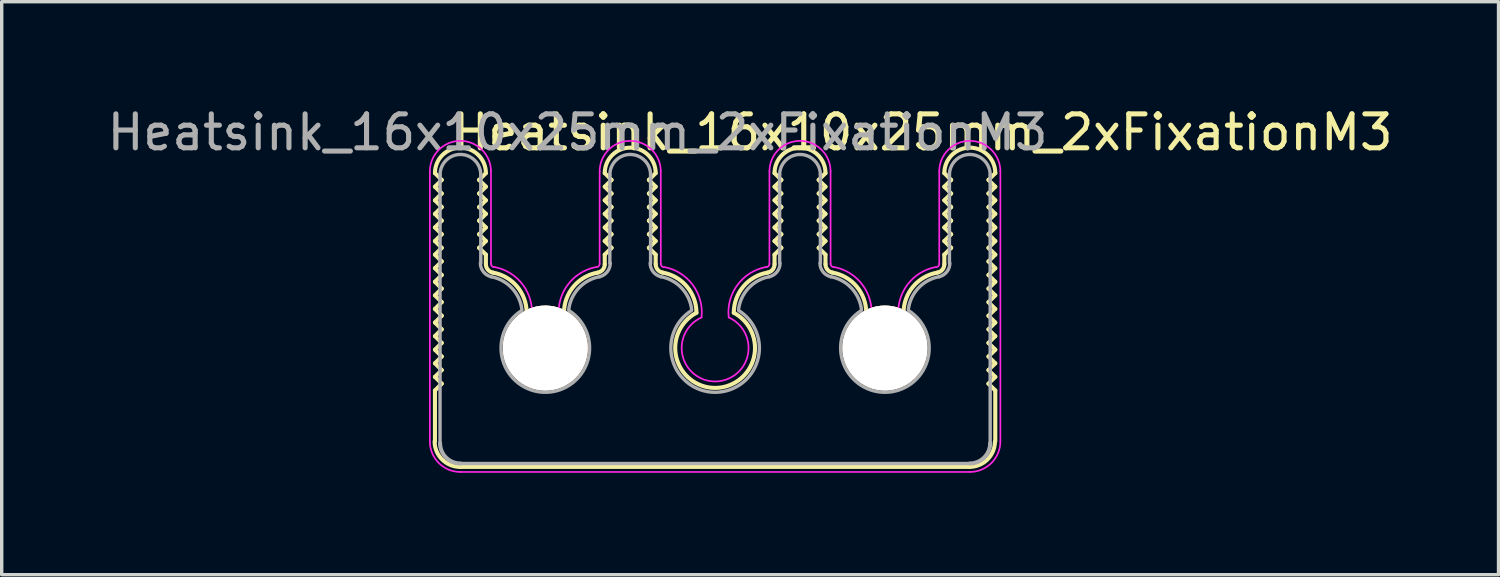
<source format=kicad_pcb>
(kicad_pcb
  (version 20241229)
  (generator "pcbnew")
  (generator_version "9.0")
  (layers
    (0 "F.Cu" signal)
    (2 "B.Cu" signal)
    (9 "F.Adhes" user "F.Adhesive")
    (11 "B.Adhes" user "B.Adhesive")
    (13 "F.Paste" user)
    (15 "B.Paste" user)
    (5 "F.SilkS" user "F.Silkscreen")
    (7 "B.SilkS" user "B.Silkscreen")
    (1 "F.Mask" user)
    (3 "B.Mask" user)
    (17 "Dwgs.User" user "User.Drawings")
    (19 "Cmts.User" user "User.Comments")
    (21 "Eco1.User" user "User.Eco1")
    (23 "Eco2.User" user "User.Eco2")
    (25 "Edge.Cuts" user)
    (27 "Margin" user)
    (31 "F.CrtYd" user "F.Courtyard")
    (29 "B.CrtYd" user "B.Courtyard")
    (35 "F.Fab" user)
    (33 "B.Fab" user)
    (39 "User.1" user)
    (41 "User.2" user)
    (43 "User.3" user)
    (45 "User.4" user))
  (footprint "Heatsink_16x10x25mm_2xFixationM3"
    (layer "F.Cu")
    (at 18.008 7.198)
    (property "Reference" "Heatsink_16x10x25mm_2xFixationM3" (at 6.11 -6.35 0) (layer "F.SilkS") (effects (font (size 1 1) (thickness 0.15))))
    (attr through_hole)
    (fp_line (start -8.25 -5.15) (end -8.05 -4.95) (stroke (width 0.12) (type solid)) (layer "F.SilkS"))
    (fp_line (start -8.25 -4.75) (end -8.05 -4.55) (stroke (width 0.12) (type solid)) (layer "F.SilkS"))
    (fp_line (start -8.25 -4.35) (end -8.05 -4.15) (stroke (width 0.12) (type solid)) (layer "F.SilkS"))
    (fp_line (start -8.25 -3.95) (end -8.05 -3.75) (stroke (width 0.12) (type solid)) (layer "F.SilkS"))
    (fp_line (start -8.25 -3.55) (end -8.05 -3.35) (stroke (width 0.12) (type solid)) (layer "F.SilkS"))
    (fp_line (start -8.25 -3.15) (end -8.05 -2.95) (stroke (width 0.12) (type solid)) (layer "F.SilkS"))
    (fp_line (start -8.25 -2.75) (end -8.05 -2.55) (stroke (width 0.12) (type solid)) (layer "F.SilkS"))
    (fp_line (start -8.25 -2.35) (end -8.05 -2.15) (stroke (width 0.12) (type solid)) (layer "F.SilkS"))
    (fp_line (start -8.25 -1.95) (end -8.05 -1.75) (stroke (width 0.12) (type solid)) (layer "F.SilkS"))
    (fp_line (start -8.25 -1.55) (end -8.05 -1.35) (stroke (width 0.12) (type solid)) (layer "F.SilkS"))
    (fp_line (start -8.25 -1.15) (end -8.05 -0.95) (stroke (width 0.12) (type solid)) (layer "F.SilkS"))
    (fp_line (start -8.25 -0.75) (end -8.05 -0.55) (stroke (width 0.12) (type solid)) (layer "F.SilkS"))
    (fp_line (start -8.25 -0.35) (end -8.05 -0.15) (stroke (width 0.12) (type solid)) (layer "F.SilkS"))
    (fp_line (start -8.25 0.05) (end -8.05 0.25) (stroke (width 0.12) (type solid)) (layer "F.SilkS"))
    (fp_line (start -8.25 0.45) (end -8.05 0.65) (stroke (width 0.12) (type solid)) (layer "F.SilkS"))
    (fp_line (start -8.25 0.85) (end -8.05 1.05) (stroke (width 0.12) (type solid)) (layer "F.SilkS"))
    (fp_line (start -8.25 1.25) (end -8.25 2.75) (stroke (width 0.12) (type solid)) (layer "F.SilkS"))
    (fp_line (start -8.05 -4.95) (end -8.25 -4.75) (stroke (width 0.12) (type solid)) (layer "F.SilkS"))
    (fp_line (start -8.05 -4.55) (end -8.25 -4.35) (stroke (width 0.12) (type solid)) (layer "F.SilkS"))
    (fp_line (start -8.05 -4.15) (end -8.25 -3.95) (stroke (width 0.12) (type solid)) (layer "F.SilkS"))
    (fp_line (start -8.05 -3.75) (end -8.25 -3.55) (stroke (width 0.12) (type solid)) (layer "F.SilkS"))
    (fp_line (start -8.05 -3.35) (end -8.25 -3.15) (stroke (width 0.12) (type solid)) (layer "F.SilkS"))
    (fp_line (start -8.05 -2.95) (end -8.25 -2.75) (stroke (width 0.12) (type solid)) (layer "F.SilkS"))
    (fp_line (start -8.05 -2.55) (end -8.25 -2.35) (stroke (width 0.12) (type solid)) (layer "F.SilkS"))
    (fp_line (start -8.05 -2.15) (end -8.25 -1.95) (stroke (width 0.12) (type solid)) (layer "F.SilkS"))
    (fp_line (start -8.05 -1.75) (end -8.25 -1.55) (stroke (width 0.12) (type solid)) (layer "F.SilkS"))
    (fp_line (start -8.05 -1.35) (end -8.25 -1.15) (stroke (width 0.12) (type solid)) (layer "F.SilkS"))
    (fp_line (start -8.05 -0.95) (end -8.25 -0.75) (stroke (width 0.12) (type solid)) (layer "F.SilkS"))
    (fp_line (start -8.05 -0.55) (end -8.25 -0.35) (stroke (width 0.12) (type solid)) (layer "F.SilkS"))
    (fp_line (start -8.05 -0.15) (end -8.25 0.05) (stroke (width 0.12) (type solid)) (layer "F.SilkS"))
    (fp_line (start -8.05 0.25) (end -8.25 0.45) (stroke (width 0.12) (type solid)) (layer "F.SilkS"))
    (fp_line (start -8.05 0.65) (end -8.25 0.85) (stroke (width 0.12) (type solid)) (layer "F.SilkS"))
    (fp_line (start -8.05 1.05) (end -8.25 1.25) (stroke (width 0.12) (type solid)) (layer "F.SilkS"))
    (fp_line (start -7.51 3.5) (end 7.49 3.5) (stroke (width 0.12) (type solid)) (layer "F.SilkS"))
    (fp_line (start -6.95 -4.95) (end -6.75 -5.15) (stroke (width 0.12) (type solid)) (layer "F.SilkS"))
    (fp_line (start -6.95 -4.55) (end -6.75 -4.75) (stroke (width 0.12) (type solid)) (layer "F.SilkS"))
    (fp_line (start -6.95 -4.15) (end -6.75 -4.35) (stroke (width 0.12) (type solid)) (layer "F.SilkS"))
    (fp_line (start -6.95 -3.75) (end -6.75 -3.95) (stroke (width 0.12) (type solid)) (layer "F.SilkS"))
    (fp_line (start -6.95 -3.35) (end -6.75 -3.55) (stroke (width 0.12) (type solid)) (layer "F.SilkS"))
    (fp_line (start -6.95 -2.95) (end -6.75 -3.15) (stroke (width 0.12) (type solid)) (layer "F.SilkS"))
    (fp_line (start -6.75 -4.75) (end -6.95 -4.95) (stroke (width 0.12) (type solid)) (layer "F.SilkS"))
    (fp_line (start -6.75 -4.35) (end -6.95 -4.55) (stroke (width 0.12) (type solid)) (layer "F.SilkS"))
    (fp_line (start -6.75 -3.95) (end -6.95 -4.15) (stroke (width 0.12) (type solid)) (layer "F.SilkS"))
    (fp_line (start -6.75 -3.55) (end -6.95 -3.75) (stroke (width 0.12) (type solid)) (layer "F.SilkS"))
    (fp_line (start -6.75 -3.15) (end -6.95 -3.35) (stroke (width 0.12) (type solid)) (layer "F.SilkS"))
    (fp_line (start -6.75 -2.75) (end -6.95 -2.95) (stroke (width 0.12) (type solid)) (layer "F.SilkS"))
    (fp_line (start -6.75 -2.467) (end -6.75 -2.75) (stroke (width 0.12) (type solid)) (layer "F.SilkS"))
    (fp_line (start -3.25 -5.15) (end -3.05 -4.95) (stroke (width 0.12) (type solid)) (layer "F.SilkS"))
    (fp_line (start -3.25 -4.75) (end -3.05 -4.55) (stroke (width 0.12) (type solid)) (layer "F.SilkS"))
    (fp_line (start -3.25 -4.35) (end -3.05 -4.15) (stroke (width 0.12) (type solid)) (layer "F.SilkS"))
    (fp_line (start -3.25 -3.95) (end -3.05 -3.75) (stroke (width 0.12) (type solid)) (layer "F.SilkS"))
    (fp_line (start -3.25 -3.55) (end -3.05 -3.35) (stroke (width 0.12) (type solid)) (layer "F.SilkS"))
    (fp_line (start -3.25 -3.15) (end -3.05 -2.95) (stroke (width 0.12) (type solid)) (layer "F.SilkS"))
    (fp_line (start -3.25 -2.75) (end -3.25 -2.467) (stroke (width 0.12) (type solid)) (layer "F.SilkS"))
    (fp_line (start -3.05 -4.95) (end -3.25 -4.75) (stroke (width 0.12) (type solid)) (layer "F.SilkS"))
    (fp_line (start -3.05 -4.55) (end -3.25 -4.35) (stroke (width 0.12) (type solid)) (layer "F.SilkS"))
    (fp_line (start -3.05 -4.15) (end -3.25 -3.95) (stroke (width 0.12) (type solid)) (layer "F.SilkS"))
    (fp_line (start -3.05 -3.75) (end -3.25 -3.55) (stroke (width 0.12) (type solid)) (layer "F.SilkS"))
    (fp_line (start -3.05 -3.35) (end -3.25 -3.15) (stroke (width 0.12) (type solid)) (layer "F.SilkS"))
    (fp_line (start -3.05 -2.95) (end -3.25 -2.75) (stroke (width 0.12) (type solid)) (layer "F.SilkS"))
    (fp_line (start -1.95 -4.95) (end -1.75 -5.15) (stroke (width 0.12) (type solid)) (layer "F.SilkS"))
    (fp_line (start -1.95 -4.55) (end -1.75 -4.75) (stroke (width 0.12) (type solid)) (layer "F.SilkS"))
    (fp_line (start -1.95 -4.15) (end -1.75 -4.35) (stroke (width 0.12) (type solid)) (layer "F.SilkS"))
    (fp_line (start -1.95 -3.75) (end -1.75 -3.95) (stroke (width 0.12) (type solid)) (layer "F.SilkS"))
    (fp_line (start -1.95 -3.35) (end -1.75 -3.55) (stroke (width 0.12) (type solid)) (layer "F.SilkS"))
    (fp_line (start -1.95 -2.95) (end -1.75 -3.15) (stroke (width 0.12) (type solid)) (layer "F.SilkS"))
    (fp_line (start -1.75 -4.75) (end -1.95 -4.95) (stroke (width 0.12) (type solid)) (layer "F.SilkS"))
    (fp_line (start -1.75 -4.35) (end -1.95 -4.55) (stroke (width 0.12) (type solid)) (layer "F.SilkS"))
    (fp_line (start -1.75 -3.95) (end -1.95 -4.15) (stroke (width 0.12) (type solid)) (layer "F.SilkS"))
    (fp_line (start -1.75 -3.55) (end -1.95 -3.75) (stroke (width 0.12) (type solid)) (layer "F.SilkS"))
    (fp_line (start -1.75 -3.15) (end -1.95 -3.35) (stroke (width 0.12) (type solid)) (layer "F.SilkS"))
    (fp_line (start -1.75 -2.75) (end -1.95 -2.95) (stroke (width 0.12) (type solid)) (layer "F.SilkS"))
    (fp_line (start -1.75 -2.467) (end -1.75 -2.75) (stroke (width 0.12) (type solid)) (layer "F.SilkS"))
    (fp_line (start 1.75 -5.15) (end 1.95 -4.95) (stroke (width 0.12) (type solid)) (layer "F.SilkS"))
    (fp_line (start 1.75 -4.75) (end 1.95 -4.55) (stroke (width 0.12) (type solid)) (layer "F.SilkS"))
    (fp_line (start 1.75 -4.35) (end 1.95 -4.15) (stroke (width 0.12) (type solid)) (layer "F.SilkS"))
    (fp_line (start 1.75 -3.95) (end 1.95 -3.75) (stroke (width 0.12) (type solid)) (layer "F.SilkS"))
    (fp_line (start 1.75 -3.55) (end 1.95 -3.35) (stroke (width 0.12) (type solid)) (layer "F.SilkS"))
    (fp_line (start 1.75 -3.15) (end 1.95 -2.95) (stroke (width 0.12) (type solid)) (layer "F.SilkS"))
    (fp_line (start 1.75 -2.75) (end 1.75 -2.467) (stroke (width 0.12) (type solid)) (layer "F.SilkS"))
    (fp_line (start 1.95 -4.95) (end 1.75 -4.75) (stroke (width 0.12) (type solid)) (layer "F.SilkS"))
    (fp_line (start 1.95 -4.55) (end 1.75 -4.35) (stroke (width 0.12) (type solid)) (layer "F.SilkS"))
    (fp_line (start 1.95 -4.15) (end 1.75 -3.95) (stroke (width 0.12) (type solid)) (layer "F.SilkS"))
    (fp_line (start 1.95 -3.75) (end 1.75 -3.55) (stroke (width 0.12) (type solid)) (layer "F.SilkS"))
    (fp_line (start 1.95 -3.35) (end 1.75 -3.15) (stroke (width 0.12) (type solid)) (layer "F.SilkS"))
    (fp_line (start 1.95 -2.95) (end 1.75 -2.75) (stroke (width 0.12) (type solid)) (layer "F.SilkS"))
    (fp_line (start 3.05 -4.95) (end 3.25 -5.15) (stroke (width 0.12) (type solid)) (layer "F.SilkS"))
    (fp_line (start 3.05 -4.55) (end 3.25 -4.75) (stroke (width 0.12) (type solid)) (layer "F.SilkS"))
    (fp_line (start 3.05 -4.15) (end 3.25 -4.35) (stroke (width 0.12) (type solid)) (layer "F.SilkS"))
    (fp_line (start 3.05 -3.75) (end 3.25 -3.95) (stroke (width 0.12) (type solid)) (layer "F.SilkS"))
    (fp_line (start 3.05 -3.35) (end 3.25 -3.55) (stroke (width 0.12) (type solid)) (layer "F.SilkS"))
    (fp_line (start 3.05 -2.95) (end 3.25 -3.15) (stroke (width 0.12) (type solid)) (layer "F.SilkS"))
    (fp_line (start 3.25 -4.75) (end 3.05 -4.95) (stroke (width 0.12) (type solid)) (layer "F.SilkS"))
    (fp_line (start 3.25 -4.35) (end 3.05 -4.55) (stroke (width 0.12) (type solid)) (layer "F.SilkS"))
    (fp_line (start 3.25 -3.95) (end 3.05 -4.15) (stroke (width 0.12) (type solid)) (layer "F.SilkS"))
    (fp_line (start 3.25 -3.55) (end 3.05 -3.75) (stroke (width 0.12) (type solid)) (layer "F.SilkS"))
    (fp_line (start 3.25 -3.15) (end 3.05 -3.35) (stroke (width 0.12) (type solid)) (layer "F.SilkS"))
    (fp_line (start 3.25 -2.75) (end 3.05 -2.95) (stroke (width 0.12) (type solid)) (layer "F.SilkS"))
    (fp_line (start 3.25 -2.467) (end 3.25 -2.75) (stroke (width 0.12) (type solid)) (layer "F.SilkS"))
    (fp_line (start 6.75 -5.15) (end 6.95 -4.95) (stroke (width 0.12) (type solid)) (layer "F.SilkS"))
    (fp_line (start 6.75 -4.75) (end 6.95 -4.55) (stroke (width 0.12) (type solid)) (layer "F.SilkS"))
    (fp_line (start 6.75 -4.35) (end 6.95 -4.15) (stroke (width 0.12) (type solid)) (layer "F.SilkS"))
    (fp_line (start 6.75 -3.95) (end 6.95 -3.75) (stroke (width 0.12) (type solid)) (layer "F.SilkS"))
    (fp_line (start 6.75 -3.55) (end 6.95 -3.35) (stroke (width 0.12) (type solid)) (layer "F.SilkS"))
    (fp_line (start 6.75 -3.15) (end 6.95 -2.95) (stroke (width 0.12) (type solid)) (layer "F.SilkS"))
    (fp_line (start 6.75 -2.75) (end 6.75 -2.467) (stroke (width 0.12) (type solid)) (layer "F.SilkS"))
    (fp_line (start 6.95 -4.95) (end 6.75 -4.75) (stroke (width 0.12) (type solid)) (layer "F.SilkS"))
    (fp_line (start 6.95 -4.55) (end 6.75 -4.35) (stroke (width 0.12) (type solid)) (layer "F.SilkS"))
    (fp_line (start 6.95 -4.15) (end 6.75 -3.95) (stroke (width 0.12) (type solid)) (layer "F.SilkS"))
    (fp_line (start 6.95 -3.75) (end 6.75 -3.55) (stroke (width 0.12) (type solid)) (layer "F.SilkS"))
    (fp_line (start 6.95 -3.35) (end 6.75 -3.15) (stroke (width 0.12) (type solid)) (layer "F.SilkS"))
    (fp_line (start 6.95 -2.95) (end 6.75 -2.75) (stroke (width 0.12) (type solid)) (layer "F.SilkS"))
    (fp_line (start 8.05 -4.95) (end 8.25 -5.15) (stroke (width 0.12) (type solid)) (layer "F.SilkS"))
    (fp_line (start 8.05 -4.55) (end 8.25 -4.75) (stroke (width 0.12) (type solid)) (layer "F.SilkS"))
    (fp_line (start 8.05 -4.15) (end 8.25 -4.35) (stroke (width 0.12) (type solid)) (layer "F.SilkS"))
    (fp_line (start 8.05 -3.75) (end 8.25 -3.95) (stroke (width 0.12) (type solid)) (layer "F.SilkS"))
    (fp_line (start 8.05 -3.35) (end 8.25 -3.55) (stroke (width 0.12) (type solid)) (layer "F.SilkS"))
    (fp_line (start 8.05 -2.95) (end 8.25 -3.15) (stroke (width 0.12) (type solid)) (layer "F.SilkS"))
    (fp_line (start 8.05 -2.55) (end 8.25 -2.75) (stroke (width 0.12) (type solid)) (layer "F.SilkS"))
    (fp_line (start 8.05 -2.15) (end 8.25 -2.35) (stroke (width 0.12) (type solid)) (layer "F.SilkS"))
    (fp_line (start 8.05 -1.75) (end 8.25 -1.95) (stroke (width 0.12) (type solid)) (layer "F.SilkS"))
    (fp_line (start 8.05 -1.35) (end 8.25 -1.55) (stroke (width 0.12) (type solid)) (layer "F.SilkS"))
    (fp_line (start 8.05 -0.95) (end 8.25 -1.15) (stroke (width 0.12) (type solid)) (layer "F.SilkS"))
    (fp_line (start 8.05 -0.55) (end 8.25 -0.75) (stroke (width 0.12) (type solid)) (layer "F.SilkS"))
    (fp_line (start 8.05 -0.15) (end 8.25 -0.35) (stroke (width 0.12) (type solid)) (layer "F.SilkS"))
    (fp_line (start 8.05 0.25) (end 8.25 0.05) (stroke (width 0.12) (type solid)) (layer "F.SilkS"))
    (fp_line (start 8.05 0.65) (end 8.25 0.45) (stroke (width 0.12) (type solid)) (layer "F.SilkS"))
    (fp_line (start 8.05 1.05) (end 8.25 0.85) (stroke (width 0.12) (type solid)) (layer "F.SilkS"))
    (fp_line (start 8.25 -4.75) (end 8.05 -4.95) (stroke (width 0.12) (type solid)) (layer "F.SilkS"))
    (fp_line (start 8.25 -4.35) (end 8.05 -4.55) (stroke (width 0.12) (type solid)) (layer "F.SilkS"))
    (fp_line (start 8.25 -3.95) (end 8.05 -4.15) (stroke (width 0.12) (type solid)) (layer "F.SilkS"))
    (fp_line (start 8.25 -3.55) (end 8.05 -3.75) (stroke (width 0.12) (type solid)) (layer "F.SilkS"))
    (fp_line (start 8.25 -3.15) (end 8.05 -3.35) (stroke (width 0.12) (type solid)) (layer "F.SilkS"))
    (fp_line (start 8.25 -2.75) (end 8.05 -2.95) (stroke (width 0.12) (type solid)) (layer "F.SilkS"))
    (fp_line (start 8.25 -2.35) (end 8.05 -2.55) (stroke (width 0.12) (type solid)) (layer "F.SilkS"))
    (fp_line (start 8.25 -1.95) (end 8.05 -2.15) (stroke (width 0.12) (type solid)) (layer "F.SilkS"))
    (fp_line (start 8.25 -1.55) (end 8.05 -1.75) (stroke (width 0.12) (type solid)) (layer "F.SilkS"))
    (fp_line (start 8.25 -1.15) (end 8.05 -1.35) (stroke (width 0.12) (type solid)) (layer "F.SilkS"))
    (fp_line (start 8.25 -0.75) (end 8.05 -0.95) (stroke (width 0.12) (type solid)) (layer "F.SilkS"))
    (fp_line (start 8.25 -0.35) (end 8.05 -0.55) (stroke (width 0.12) (type solid)) (layer "F.SilkS"))
    (fp_line (start 8.25 0.05) (end 8.05 -0.15) (stroke (width 0.12) (type solid)) (layer "F.SilkS"))
    (fp_line (start 8.25 0.45) (end 8.05 0.25) (stroke (width 0.12) (type solid)) (layer "F.SilkS"))
    (fp_line (start 8.25 0.85) (end 8.05 0.65) (stroke (width 0.12) (type solid)) (layer "F.SilkS"))
    (fp_line (start 8.25 1.25) (end 8.05 1.05) (stroke (width 0.12) (type solid)) (layer "F.SilkS"))
    (fp_line (start 8.25 2.75) (end 8.25 1.25) (stroke (width 0.12) (type solid)) (layer "F.SilkS"))
    (fp_arc (start -8.25 -5.15) (mid -7.5 -5.9) (end -6.75 -5.15) (stroke (width 0.12) (type solid)) (layer "F.SilkS"))
    (fp_arc (start -7.51 3.5) (mid -8.04033 3.28033) (end -8.26 2.75) (stroke (width 0.12) (type solid)) (layer "F.SilkS"))
    (fp_arc (start -6.543104 -2.220357) (mid -5.831231 -1.810248) (end -5.550001 -1.038327) (stroke (width 0.12) (type solid)) (layer "F.SilkS"))
    (fp_arc (start -6.543103 -2.220357) (mid -6.69141 -2.305796) (end -6.75 -2.466613) (stroke (width 0.12) (type solid)) (layer "F.SilkS"))
    (fp_arc (start -4.450001 -1.038328) (mid -4.999999 1.175001) (end -5.550001 -1.038327) (stroke (width 0.12) (type solid)) (layer "F.SilkS"))
    (fp_arc (start -4.450001 -1.038327) (mid -4.168771 -1.810249) (end -3.456897 -2.220357) (stroke (width 0.12) (type solid)) (layer "F.SilkS"))
    (fp_arc (start -3.25 -5.15) (mid -2.5 -5.9) (end -1.75 -5.15) (stroke (width 0.12) (type solid)) (layer "F.SilkS"))
    (fp_arc (start -3.25 -2.466613) (mid -3.30859 -2.305796) (end -3.456897 -2.220357) (stroke (width 0.12) (type solid)) (layer "F.SilkS"))
    (fp_arc (start -1.543104 -2.220356) (mid -0.831231 -1.810248) (end -0.550001 -1.038327) (stroke (width 0.12) (type solid)) (layer "F.SilkS"))
    (fp_arc (start -1.543103 -2.220357) (mid -1.69141 -2.305796) (end -1.75 -2.466613) (stroke (width 0.12) (type solid)) (layer "F.SilkS"))
    (fp_arc (start 0.549998 -1.038327) (mid -0.000001 1.174999) (end -0.550001 -1.038327) (stroke (width 0.12) (type solid)) (layer "F.SilkS"))
    (fp_arc (start 0.549999 -1.038327) (mid 0.831229 -1.810249) (end 1.543103 -2.220357) (stroke (width 0.12) (type solid)) (layer "F.SilkS"))
    (fp_arc (start 1.75 -5.15) (mid 2.5 -5.9) (end 3.25 -5.15) (stroke (width 0.12) (type solid)) (layer "F.SilkS"))
    (fp_arc (start 1.75 -2.466613) (mid 1.69141 -2.305796) (end 1.543103 -2.220357) (stroke (width 0.12) (type solid)) (layer "F.SilkS"))
    (fp_arc (start 3.456896 -2.220358) (mid 3.30859 -2.305797) (end 3.25 -2.466613) (stroke (width 0.12) (type solid)) (layer "F.SilkS"))
    (fp_arc (start 3.456896 -2.220358) (mid 4.16877 -1.810249) (end 4.45 -1.038327) (stroke (width 0.12) (type solid)) (layer "F.SilkS"))
    (fp_arc (start 5.549999 -1.038327) (mid 5 1.174999) (end 4.45 -1.038327) (stroke (width 0.12) (type solid)) (layer "F.SilkS"))
    (fp_arc (start 5.549999 -1.038327) (mid 5.831229 -1.810249) (end 6.543103 -2.220357) (stroke (width 0.12) (type solid)) (layer "F.SilkS"))
    (fp_arc (start 6.75 -5.149999) (mid 7.5 -5.899999) (end 8.25 -5.149999) (stroke (width 0.12) (type solid)) (layer "F.SilkS"))
    (fp_arc (start 6.75 -2.466613) (mid 6.69141 -2.305796) (end 6.543103 -2.220357) (stroke (width 0.12) (type solid)) (layer "F.SilkS"))
    (fp_arc (start 8.24 2.75) (mid 8.02033 3.28033) (end 7.49 3.5) (stroke (width 0.12) (type solid)) (layer "F.SilkS"))
    (fp_line (start -8.4 2.75) (end -8.4 -5.2) (stroke (width 0.05) (type solid)) (layer "F.CrtYd"))
    (fp_line (start -6.6 -5.2) (end -6.6 -2.48) (stroke (width 0.05) (type solid)) (layer "F.CrtYd"))
    (fp_line (start -3.4 -5.2) (end -3.4 -2.48) (stroke (width 0.05) (type solid)) (layer "F.CrtYd"))
    (fp_line (start -1.6 -5.2) (end -1.6 -2.48) (stroke (width 0.05) (type solid)) (layer "F.CrtYd"))
    (fp_line (start 1.6 -5.2) (end 1.6 -2.48) (stroke (width 0.05) (type solid)) (layer "F.CrtYd"))
    (fp_line (start 3.4 -5.2) (end 3.4 -2.48) (stroke (width 0.05) (type solid)) (layer "F.CrtYd"))
    (fp_line (start 6.6 -5.2) (end 6.6 -2.48) (stroke (width 0.05) (type solid)) (layer "F.CrtYd"))
    (fp_line (start 7.5 3.65) (end -7.5 3.65) (stroke (width 0.05) (type solid)) (layer "F.CrtYd"))
    (fp_line (start 8.4 -5.2) (end 8.4 2.75) (stroke (width 0.05) (type solid)) (layer "F.CrtYd"))
    (fp_arc (start -8.4 -5.2) (mid -7.5 -6.1) (end -6.6 -5.2) (stroke (width 0.05) (type solid)) (layer "F.CrtYd"))
    (fp_arc (start -7.5 3.65) (mid -8.136396 3.386396) (end -8.4 2.75) (stroke (width 0.05) (type solid)) (layer "F.CrtYd"))
    (fp_arc (start -6.509951 -2.38049) (mid -6.57415 -2.412895) (end -6.600006 -2.48) (stroke (width 0.05) (type solid)) (layer "F.CrtYd"))
    (fp_arc (start -6.502666 -2.385599) (mid -5.659303 -1.859555) (end -5.4 -0.9) (stroke (width 0.05) (type solid)) (layer "F.CrtYd"))
    (fp_arc (start -4.6 -0.9) (mid -5 0.984886) (end -5.399999 -0.9) (stroke (width 0.05) (type solid)) (layer "F.CrtYd"))
    (fp_arc (start -4.6 -0.9) (mid -4.340697 -1.859555) (end -3.497334 -2.385599) (stroke (width 0.05) (type solid)) (layer "F.CrtYd"))
    (fp_arc (start -3.4 -5.2) (mid -2.5 -6.1) (end -1.6 -5.2) (stroke (width 0.05) (type solid)) (layer "F.CrtYd"))
    (fp_arc (start -3.399994 -2.48) (mid -3.42585 -2.412895) (end -3.490049 -2.38049) (stroke (width 0.05) (type solid)) (layer "F.CrtYd"))
    (fp_arc (start -1.509951 -2.38049) (mid -1.57415 -2.412895) (end -1.600006 -2.48) (stroke (width 0.05) (type solid)) (layer "F.CrtYd"))
    (fp_arc (start -1.502666 -2.385599) (mid -0.659303 -1.859555) (end -0.4 -0.9) (stroke (width 0.05) (type solid)) (layer "F.CrtYd"))
    (fp_arc (start 0.4 -0.9) (mid 0 0.984886) (end -0.399999 -0.9) (stroke (width 0.05) (type solid)) (layer "F.CrtYd"))
    (fp_arc (start 0.4 -0.9) (mid 0.659303 -1.859555) (end 1.502666 -2.385599) (stroke (width 0.05) (type solid)) (layer "F.CrtYd"))
    (fp_arc (start 1.6 -5.2) (mid 2.5 -6.1) (end 3.4 -5.2) (stroke (width 0.05) (type solid)) (layer "F.CrtYd"))
    (fp_arc (start 1.600006 -2.48) (mid 1.57415 -2.412895) (end 1.509951 -2.38049) (stroke (width 0.05) (type solid)) (layer "F.CrtYd"))
    (fp_arc (start 3.490049 -2.38049) (mid 3.42585 -2.412895) (end 3.399994 -2.48) (stroke (width 0.05) (type solid)) (layer "F.CrtYd"))
    (fp_arc (start 3.497334 -2.385599) (mid 4.340697 -1.859555) (end 4.6 -0.9) (stroke (width 0.05) (type solid)) (layer "F.CrtYd"))
    (fp_arc (start 5.4 -0.9) (mid 5 0.984886) (end 4.600001 -0.9) (stroke (width 0.05) (type solid)) (layer "F.CrtYd"))
    (fp_arc (start 5.4 -0.9) (mid 5.659303 -1.859555) (end 6.502666 -2.385599) (stroke (width 0.05) (type solid)) (layer "F.CrtYd"))
    (fp_arc (start 6.6 -5.2) (mid 7.5 -6.1) (end 8.4 -5.2) (stroke (width 0.05) (type solid)) (layer "F.CrtYd"))
    (fp_arc (start 6.600006 -2.48) (mid 6.57415 -2.412895) (end 6.509951 -2.38049) (stroke (width 0.05) (type solid)) (layer "F.CrtYd"))
    (fp_arc (start 8.4 2.75) (mid 8.136396 3.386396) (end 7.5 3.65) (stroke (width 0.05) (type solid)) (layer "F.CrtYd"))
    (fp_line (start -8.1 2.8) (end -8.1 -5.1) (stroke (width 0.1) (type solid)) (layer "F.Fab"))
    (fp_line (start -6.9 -5.1) (end -6.9 -2.5) (stroke (width 0.1) (type solid)) (layer "F.Fab"))
    (fp_line (start -3.1 -5.1) (end -3.1 -2.5) (stroke (width 0.1) (type solid)) (layer "F.Fab"))
    (fp_line (start -1.9 -5.1) (end -1.9 -2.5) (stroke (width 0.1) (type solid)) (layer "F.Fab"))
    (fp_line (start 1.9 -5.1) (end 1.9 -2.5) (stroke (width 0.1) (type solid)) (layer "F.Fab"))
    (fp_line (start 3.1 -5.1) (end 3.1 -2.5) (stroke (width 0.1) (type solid)) (layer "F.Fab"))
    (fp_line (start 6.9 -5.1) (end 6.9 -2.5) (stroke (width 0.1) (type solid)) (layer "F.Fab"))
    (fp_line (start 7.5 3.4) (end -7.5 3.4) (stroke (width 0.1) (type solid)) (layer "F.Fab"))
    (fp_line (start 8.1 2.8) (end 8.1 -5.1) (stroke (width 0.1) (type solid)) (layer "F.Fab"))
    (fp_arc (start -8.099999 -5.1) (mid -7.499999 -5.7) (end -6.899999 -5.1) (stroke (width 0.1) (type solid)) (layer "F.Fab"))
    (fp_arc (start -7.5 3.4) (mid -7.924264 3.224264) (end -8.1 2.8) (stroke (width 0.12) (type solid)) (layer "F.Fab"))
    (fp_arc (start -6.599999 -2.1) (mid -6.824984 -2.246259) (end -6.91231 -2.5) (stroke (width 0.1) (type solid)) (layer "F.Fab"))
    (fp_arc (start -6.599999 -2.1) (mid -5.982256 -1.762428) (end -5.688706 -1.122593) (stroke (width 0.1) (type solid)) (layer "F.Fab"))
    (fp_arc (start -4.311292 -1.122593) (mid -4.017742 -1.762429) (end -3.399999 -2.1) (stroke (width 0.1) (type solid)) (layer "F.Fab"))
    (fp_arc (start -4.300813 -1.100516) (mid -4.999517 1.303839) (end -5.699998 -1.099999) (stroke (width 0.1) (type solid)) (layer "F.Fab"))
    (fp_arc (start -3.1 -5.1) (mid -2.5 -5.7) (end -1.9 -5.1) (stroke (width 0.1) (type solid)) (layer "F.Fab"))
    (fp_arc (start -3.087688 -2.5) (mid -3.175013 -2.246259) (end -3.399999 -2.1) (stroke (width 0.1) (type solid)) (layer "F.Fab"))
    (fp_arc (start -1.6 -2.1) (mid -1.824985 -2.246259) (end -1.912311 -2.5) (stroke (width 0.1) (type solid)) (layer "F.Fab"))
    (fp_arc (start -1.6 -2.1) (mid -0.982257 -1.762428) (end -0.688707 -1.122593) (stroke (width 0.1) (type solid)) (layer "F.Fab"))
    (fp_arc (start 0.688707 -1.122593) (mid 0.982257 -1.762429) (end 1.6 -2.1) (stroke (width 0.1) (type solid)) (layer "F.Fab"))
    (fp_arc (start 0.699186 -1.100516) (mid 0.000482 1.303839) (end -0.699999 -1.099999) (stroke (width 0.1) (type solid)) (layer "F.Fab"))
    (fp_arc (start 1.9 -5.1) (mid 2.5 -5.7) (end 3.1 -5.1) (stroke (width 0.1) (type solid)) (layer "F.Fab"))
    (fp_arc (start 1.912311 -2.5) (mid 1.824986 -2.246259) (end 1.6 -2.1) (stroke (width 0.1) (type solid)) (layer "F.Fab"))
    (fp_arc (start 3.4 -2.1) (mid 3.175015 -2.246259) (end 3.087689 -2.5) (stroke (width 0.1) (type solid)) (layer "F.Fab"))
    (fp_arc (start 3.4 -2.1) (mid 4.017743 -1.762428) (end 4.311293 -1.122593) (stroke (width 0.1) (type solid)) (layer "F.Fab"))
    (fp_arc (start 5.688707 -1.122593) (mid 5.982257 -1.762429) (end 6.6 -2.1) (stroke (width 0.1) (type solid)) (layer "F.Fab"))
    (fp_arc (start 5.699186 -1.100516) (mid 5.000482 1.303839) (end 4.300001 -1.099999) (stroke (width 0.1) (type solid)) (layer "F.Fab"))
    (fp_arc (start 6.9 -5.1) (mid 7.5 -5.7) (end 8.1 -5.1) (stroke (width 0.1) (type solid)) (layer "F.Fab"))
    (fp_arc (start 6.912311 -2.5) (mid 6.824986 -2.246259) (end 6.6 -2.1) (stroke (width 0.1) (type solid)) (layer "F.Fab"))
    (fp_arc (start 8.1 2.8) (mid 7.924264 3.224264) (end 7.5 3.4) (stroke (width 0.12) (type solid)) (layer "F.Fab"))
    (fp_text user "${REFERENCE}" (at -4.05 -6.35 0) (layer "F.Fab") (effects (font (size 1 1) (thickness 0.15))))
    (pad "" np_thru_hole circle (at -5 0.000001) (size 2.5 2.5) (drill 2.5) (layers "*.Cu" "*.SilkS" "*.Mask"))
    (pad "" np_thru_hole circle (at 5 0) (size 2.5 2.5) (drill 2.5) (layers "*.Cu" "*.SilkS" "*.Mask")))
  (gr_rect
    (start -3 -3)
    (end 41.077 13.873)
    (stroke (width 0.1) (type default))
    (fill no)
    (layer "Edge.Cuts")))
</source>
